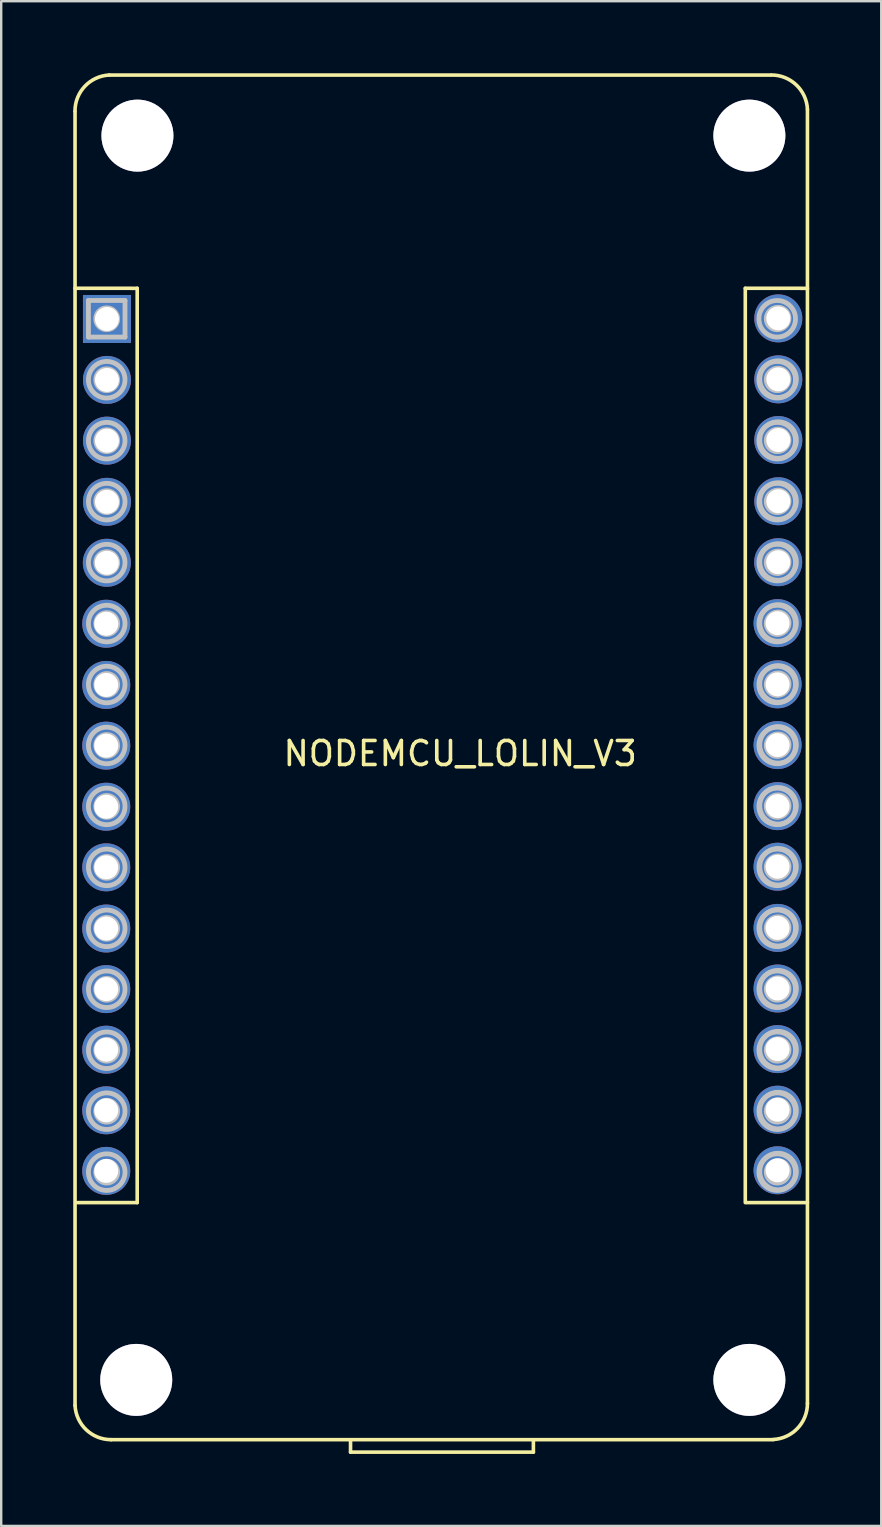
<source format=kicad_pcb>
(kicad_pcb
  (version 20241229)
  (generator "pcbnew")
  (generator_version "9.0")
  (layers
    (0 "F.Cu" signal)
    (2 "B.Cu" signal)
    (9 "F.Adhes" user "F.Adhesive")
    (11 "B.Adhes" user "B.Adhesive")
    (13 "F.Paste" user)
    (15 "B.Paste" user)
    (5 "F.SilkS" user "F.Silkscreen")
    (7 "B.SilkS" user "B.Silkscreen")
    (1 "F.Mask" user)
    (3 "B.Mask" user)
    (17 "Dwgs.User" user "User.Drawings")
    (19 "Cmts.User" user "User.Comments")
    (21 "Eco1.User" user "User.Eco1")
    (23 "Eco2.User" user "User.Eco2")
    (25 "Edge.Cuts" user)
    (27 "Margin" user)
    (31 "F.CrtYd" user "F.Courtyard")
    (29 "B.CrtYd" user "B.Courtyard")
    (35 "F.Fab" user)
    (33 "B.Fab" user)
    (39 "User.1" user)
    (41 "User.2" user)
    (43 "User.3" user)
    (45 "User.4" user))
  (footprint "NODEMCU_LOLIN_V3"
    (layer "F.Cu")
    (at 16.127 27.852)
    (property "Reference" "NODEMCU_LOLIN_V3" (at 0 0.5 0) (layer "F.SilkS") (effects (font (size 1 1) (thickness 0.15))))
    (attr through_hole)
    (fp_line (start -16.05 -26.25) (end -16.05 27.663) (stroke (width 0.15) (type solid)) (layer "F.SilkS"))
    (fp_line (start -16.05 -18.89) (end -13.46 -18.888) (stroke (width 0.15) (type solid)) (layer "F.SilkS"))
    (fp_line (start -13.46 -18.888) (end -13.46 19.212) (stroke (width 0.15) (type solid)) (layer "F.SilkS"))
    (fp_line (start -13.46 19.212) (end -16 19.212) (stroke (width 0.15) (type solid)) (layer "F.SilkS"))
    (fp_line (start -4.57 29.102) (end -4.57 29.61) (stroke (width 0.15) (type solid)) (layer "F.SilkS"))
    (fp_line (start -4.57 29.61) (end 3.05 29.61) (stroke (width 0.15) (type solid)) (layer "F.SilkS"))
    (fp_line (start 3.05 29.61) (end 3.05 29.102) (stroke (width 0.15) (type solid)) (layer "F.SilkS"))
    (fp_line (start 11.88 -18.89) (end 14.47 -18.888) (stroke (width 0.15) (type solid)) (layer "F.SilkS"))
    (fp_line (start 11.88 -18.888) (end 11.88 19.212) (stroke (width 0.15) (type solid)) (layer "F.SilkS"))
    (fp_line (start 12.94 -27.775) (end -14.625 -27.775) (stroke (width 0.15) (type solid)) (layer "F.SilkS"))
    (fp_line (start 13.04 29.09) (end -14.55 29.09) (stroke (width 0.15) (type solid)) (layer "F.SilkS"))
    (fp_line (start 14.47 -26.33) (end 14.47 27.583) (stroke (width 0.15) (type solid)) (layer "F.SilkS"))
    (fp_line (start 14.47 19.212) (end 11.93 19.212) (stroke (width 0.15) (type solid)) (layer "F.SilkS"))
    (fp_arc (start -16.051874 -26.275001) (mid -15.638178 -27.31013) (end -14.625 -27.775) (stroke (width 0.15) (type solid)) (layer "F.SilkS"))
    (fp_arc (start -14.55 29.09) (mid -15.585129 28.676304) (end -16.049999 27.663126) (stroke (width 0.15) (type solid)) (layer "F.SilkS"))
    (fp_arc (start 12.970001 -27.776874) (mid 14.00513 -27.363178) (end 14.47 -26.35) (stroke (width 0.15) (type solid)) (layer "F.SilkS"))
    (fp_arc (start 14.470001 27.583126) (mid 14.056305 28.618255) (end 13.043127 29.083125) (stroke (width 0.15) (type solid)) (layer "F.SilkS"))
    (fp_line (start -15.492 -18.38) (end -13.968 -18.38) (stroke (width 0.2) (type solid)) (layer "Dwgs.User"))
    (fp_line (start -15.492 -16.856) (end -15.492 -18.38) (stroke (width 0.2) (type solid)) (layer "Dwgs.User"))
    (fp_line (start -13.968 -18.38) (end -13.968 -16.856) (stroke (width 0.2) (type solid)) (layer "Dwgs.User"))
    (fp_line (start -13.968 -16.856) (end -15.492 -16.856) (stroke (width 0.2) (type solid)) (layer "Dwgs.User"))
    (fp_circle (center -14.73 -17.618) (end -14.273 -17.618) (stroke (width 0.2) (type solid)) (fill no) (layer "Dwgs.User"))
    (fp_circle (center -14.73 -15.078) (end -14.273 -15.078) (stroke (width 0.2) (type solid)) (fill no) (layer "Dwgs.User"))
    (fp_circle (center -14.73 -15.078) (end -13.968 -15.078) (stroke (width 0.2) (type solid)) (fill no) (layer "Dwgs.User"))
    (fp_circle (center -14.73 -12.538) (end -14.273 -12.538) (stroke (width 0.2) (type solid)) (fill no) (layer "Dwgs.User"))
    (fp_circle (center -14.73 -12.538) (end -13.968 -12.538) (stroke (width 0.2) (type solid)) (fill no) (layer "Dwgs.User"))
    (fp_circle (center -14.73 -9.998) (end -14.273 -9.998) (stroke (width 0.2) (type solid)) (fill no) (layer "Dwgs.User"))
    (fp_circle (center -14.73 -9.998) (end -13.968 -9.998) (stroke (width 0.2) (type solid)) (fill no) (layer "Dwgs.User"))
    (fp_circle (center -14.73 -7.458) (end -14.273 -7.458) (stroke (width 0.2) (type solid)) (fill no) (layer "Dwgs.User"))
    (fp_circle (center -14.73 -7.458) (end -13.968 -7.458) (stroke (width 0.2) (type solid)) (fill no) (layer "Dwgs.User"))
    (fp_circle (center -14.73 -4.918) (end -14.273 -4.918) (stroke (width 0.2) (type solid)) (fill no) (layer "Dwgs.User"))
    (fp_circle (center -14.73 -4.918) (end -13.968 -4.918) (stroke (width 0.2) (type solid)) (fill no) (layer "Dwgs.User"))
    (fp_circle (center -14.73 -2.378) (end -14.273 -2.378) (stroke (width 0.2) (type solid)) (fill no) (layer "Dwgs.User"))
    (fp_circle (center -14.73 -2.378) (end -13.968 -2.378) (stroke (width 0.2) (type solid)) (fill no) (layer "Dwgs.User"))
    (fp_circle (center -14.73 0.162) (end -14.273 0.162) (stroke (width 0.2) (type solid)) (fill no) (layer "Dwgs.User"))
    (fp_circle (center -14.73 0.162) (end -13.968 0.162) (stroke (width 0.2) (type solid)) (fill no) (layer "Dwgs.User"))
    (fp_circle (center -14.73 2.702) (end -14.273 2.702) (stroke (width 0.2) (type solid)) (fill no) (layer "Dwgs.User"))
    (fp_circle (center -14.73 2.702) (end -13.968 2.702) (stroke (width 0.2) (type solid)) (fill no) (layer "Dwgs.User"))
    (fp_circle (center -14.73 5.242) (end -14.273 5.242) (stroke (width 0.2) (type solid)) (fill no) (layer "Dwgs.User"))
    (fp_circle (center -14.73 5.242) (end -13.968 5.242) (stroke (width 0.2) (type solid)) (fill no) (layer "Dwgs.User"))
    (fp_circle (center -14.73 7.782) (end -14.273 7.782) (stroke (width 0.2) (type solid)) (fill no) (layer "Dwgs.User"))
    (fp_circle (center -14.73 7.782) (end -13.968 7.782) (stroke (width 0.2) (type solid)) (fill no) (layer "Dwgs.User"))
    (fp_circle (center -14.73 10.322) (end -14.273 10.322) (stroke (width 0.2) (type solid)) (fill no) (layer "Dwgs.User"))
    (fp_circle (center -14.73 10.322) (end -13.968 10.322) (stroke (width 0.2) (type solid)) (fill no) (layer "Dwgs.User"))
    (fp_circle (center -14.73 12.862) (end -14.273 12.862) (stroke (width 0.2) (type solid)) (fill no) (layer "Dwgs.User"))
    (fp_circle (center -14.73 12.862) (end -13.968 12.862) (stroke (width 0.2) (type solid)) (fill no) (layer "Dwgs.User"))
    (fp_circle (center -14.73 15.402) (end -14.273 15.402) (stroke (width 0.2) (type solid)) (fill no) (layer "Dwgs.User"))
    (fp_circle (center -14.73 15.402) (end -13.968 15.402) (stroke (width 0.2) (type solid)) (fill no) (layer "Dwgs.User"))
    (fp_circle (center -14.73 17.942) (end -14.273 17.942) (stroke (width 0.2) (type solid)) (fill no) (layer "Dwgs.User"))
    (fp_circle (center -14.73 17.942) (end -13.968 17.942) (stroke (width 0.2) (type solid)) (fill no) (layer "Dwgs.User"))
    (fp_circle (center -13.46 -25.238) (end -12.19 -25.238) (stroke (width 0.2) (type solid)) (fill no) (layer "Dwgs.User"))
    (fp_circle (center -13.46 26.562) (end -12.19 26.562) (stroke (width 0.2) (type solid)) (fill no) (layer "Dwgs.User"))
    (fp_circle (center 11.94 -25.238) (end 13.21 -25.238) (stroke (width 0.2) (type solid)) (fill no) (layer "Dwgs.User"))
    (fp_circle (center 11.94 26.562) (end 13.21 26.562) (stroke (width 0.2) (type solid)) (fill no) (layer "Dwgs.User"))
    (fp_circle (center 13.21 -17.618) (end 13.667 -17.618) (stroke (width 0.2) (type solid)) (fill no) (layer "Dwgs.User"))
    (fp_circle (center 13.21 -17.618) (end 13.972 -17.618) (stroke (width 0.2) (type solid)) (fill no) (layer "Dwgs.User"))
    (fp_circle (center 13.21 -15.078) (end 13.667 -15.078) (stroke (width 0.2) (type solid)) (fill no) (layer "Dwgs.User"))
    (fp_circle (center 13.21 -15.078) (end 13.972 -15.078) (stroke (width 0.2) (type solid)) (fill no) (layer "Dwgs.User"))
    (fp_circle (center 13.21 -12.538) (end 13.667 -12.538) (stroke (width 0.2) (type solid)) (fill no) (layer "Dwgs.User"))
    (fp_circle (center 13.21 -12.538) (end 13.972 -12.538) (stroke (width 0.2) (type solid)) (fill no) (layer "Dwgs.User"))
    (fp_circle (center 13.21 -9.998) (end 13.667 -9.998) (stroke (width 0.2) (type solid)) (fill no) (layer "Dwgs.User"))
    (fp_circle (center 13.21 -9.998) (end 13.972 -9.998) (stroke (width 0.2) (type solid)) (fill no) (layer "Dwgs.User"))
    (fp_circle (center 13.21 -7.458) (end 13.667 -7.458) (stroke (width 0.2) (type solid)) (fill no) (layer "Dwgs.User"))
    (fp_circle (center 13.21 -7.458) (end 13.972 -7.458) (stroke (width 0.2) (type solid)) (fill no) (layer "Dwgs.User"))
    (fp_circle (center 13.21 -4.918) (end 13.667 -4.918) (stroke (width 0.2) (type solid)) (fill no) (layer "Dwgs.User"))
    (fp_circle (center 13.21 -4.918) (end 13.972 -4.918) (stroke (width 0.2) (type solid)) (fill no) (layer "Dwgs.User"))
    (fp_circle (center 13.21 -2.378) (end 13.667 -2.378) (stroke (width 0.2) (type solid)) (fill no) (layer "Dwgs.User"))
    (fp_circle (center 13.21 -2.378) (end 13.972 -2.378) (stroke (width 0.2) (type solid)) (fill no) (layer "Dwgs.User"))
    (fp_circle (center 13.21 0.162) (end 13.667 0.162) (stroke (width 0.2) (type solid)) (fill no) (layer "Dwgs.User"))
    (fp_circle (center 13.21 0.162) (end 13.972 0.162) (stroke (width 0.2) (type solid)) (fill no) (layer "Dwgs.User"))
    (fp_circle (center 13.21 2.702) (end 13.667 2.702) (stroke (width 0.2) (type solid)) (fill no) (layer "Dwgs.User"))
    (fp_circle (center 13.21 2.702) (end 13.972 2.702) (stroke (width 0.2) (type solid)) (fill no) (layer "Dwgs.User"))
    (fp_circle (center 13.21 5.242) (end 13.667 5.242) (stroke (width 0.2) (type solid)) (fill no) (layer "Dwgs.User"))
    (fp_circle (center 13.21 5.242) (end 13.972 5.242) (stroke (width 0.2) (type solid)) (fill no) (layer "Dwgs.User"))
    (fp_circle (center 13.21 7.782) (end 13.667 7.782) (stroke (width 0.2) (type solid)) (fill no) (layer "Dwgs.User"))
    (fp_circle (center 13.21 7.782) (end 13.972 7.782) (stroke (width 0.2) (type solid)) (fill no) (layer "Dwgs.User"))
    (fp_circle (center 13.21 10.322) (end 13.667 10.322) (stroke (width 0.2) (type solid)) (fill no) (layer "Dwgs.User"))
    (fp_circle (center 13.21 10.322) (end 13.972 10.322) (stroke (width 0.2) (type solid)) (fill no) (layer "Dwgs.User"))
    (fp_circle (center 13.21 12.862) (end 13.667 12.862) (stroke (width 0.2) (type solid)) (fill no) (layer "Dwgs.User"))
    (fp_circle (center 13.21 12.862) (end 13.972 12.862) (stroke (width 0.2) (type solid)) (fill no) (layer "Dwgs.User"))
    (fp_circle (center 13.21 15.402) (end 13.667 15.402) (stroke (width 0.2) (type solid)) (fill no) (layer "Dwgs.User"))
    (fp_circle (center 13.21 15.402) (end 13.972 15.402) (stroke (width 0.2) (type solid)) (fill no) (layer "Dwgs.User"))
    (fp_circle (center 13.21 17.942) (end 13.667 17.942) (stroke (width 0.2) (type solid)) (fill no) (layer "Dwgs.User"))
    (fp_circle (center 13.21 17.942) (end 13.972 17.942) (stroke (width 0.2) (type solid)) (fill no) (layer "Dwgs.User"))
    (fp_circle (center 13.245 -17.643) (end 13.702 -17.643) (stroke (width 0.2) (type solid)) (fill no) (layer "Dwgs.User"))
    (fp_circle (center 13.245 -15.103) (end 13.702 -15.103) (stroke (width 0.2) (type solid)) (fill no) (layer "Dwgs.User"))
    (fp_circle (center 13.245 -15.103) (end 14.007 -15.103) (stroke (width 0.2) (type solid)) (fill no) (layer "Dwgs.User"))
    (fp_circle (center 13.245 -12.563) (end 13.702 -12.563) (stroke (width 0.2) (type solid)) (fill no) (layer "Dwgs.User"))
    (fp_circle (center 13.245 -12.563) (end 14.007 -12.563) (stroke (width 0.2) (type solid)) (fill no) (layer "Dwgs.User"))
    (fp_circle (center 13.245 -10.023) (end 13.702 -10.023) (stroke (width 0.2) (type solid)) (fill no) (layer "Dwgs.User"))
    (fp_circle (center 13.245 -10.023) (end 14.007 -10.023) (stroke (width 0.2) (type solid)) (fill no) (layer "Dwgs.User"))
    (fp_circle (center 13.245 -7.483) (end 13.702 -7.483) (stroke (width 0.2) (type solid)) (fill no) (layer "Dwgs.User"))
    (fp_circle (center 13.245 -7.483) (end 14.007 -7.483) (stroke (width 0.2) (type solid)) (fill no) (layer "Dwgs.User"))
    (fp_circle (center 13.245 -4.943) (end 13.702 -4.943) (stroke (width 0.2) (type solid)) (fill no) (layer "Dwgs.User"))
    (fp_circle (center 13.245 -4.943) (end 14.007 -4.943) (stroke (width 0.2) (type solid)) (fill no) (layer "Dwgs.User"))
    (fp_circle (center 13.245 -2.403) (end 13.702 -2.403) (stroke (width 0.2) (type solid)) (fill no) (layer "Dwgs.User"))
    (fp_circle (center 13.245 -2.403) (end 14.007 -2.403) (stroke (width 0.2) (type solid)) (fill no) (layer "Dwgs.User"))
    (fp_circle (center 13.245 0.137) (end 13.702 0.137) (stroke (width 0.2) (type solid)) (fill no) (layer "Dwgs.User"))
    (fp_circle (center 13.245 0.137) (end 14.007 0.137) (stroke (width 0.2) (type solid)) (fill no) (layer "Dwgs.User"))
    (fp_circle (center 13.245 2.677) (end 13.702 2.677) (stroke (width 0.2) (type solid)) (fill no) (layer "Dwgs.User"))
    (fp_circle (center 13.245 2.677) (end 14.007 2.677) (stroke (width 0.2) (type solid)) (fill no) (layer "Dwgs.User"))
    (fp_circle (center 13.245 5.217) (end 13.702 5.217) (stroke (width 0.2) (type solid)) (fill no) (layer "Dwgs.User"))
    (fp_circle (center 13.245 5.217) (end 14.007 5.217) (stroke (width 0.2) (type solid)) (fill no) (layer "Dwgs.User"))
    (fp_circle (center 13.245 7.757) (end 13.702 7.757) (stroke (width 0.2) (type solid)) (fill no) (layer "Dwgs.User"))
    (fp_circle (center 13.245 7.757) (end 14.007 7.757) (stroke (width 0.2) (type solid)) (fill no) (layer "Dwgs.User"))
    (fp_circle (center 13.245 10.297) (end 13.702 10.297) (stroke (width 0.2) (type solid)) (fill no) (layer "Dwgs.User"))
    (fp_circle (center 13.245 10.297) (end 14.007 10.297) (stroke (width 0.2) (type solid)) (fill no) (layer "Dwgs.User"))
    (fp_circle (center 13.245 12.837) (end 13.702 12.837) (stroke (width 0.2) (type solid)) (fill no) (layer "Dwgs.User"))
    (fp_circle (center 13.245 12.837) (end 14.007 12.837) (stroke (width 0.2) (type solid)) (fill no) (layer "Dwgs.User"))
    (fp_circle (center 13.245 15.377) (end 13.702 15.377) (stroke (width 0.2) (type solid)) (fill no) (layer "Dwgs.User"))
    (fp_circle (center 13.245 15.377) (end 14.007 15.377) (stroke (width 0.2) (type solid)) (fill no) (layer "Dwgs.User"))
    (fp_circle (center 13.245 17.917) (end 13.702 17.917) (stroke (width 0.2) (type solid)) (fill no) (layer "Dwgs.User"))
    (fp_circle (center 13.245 17.917) (end 14.007 17.917) (stroke (width 0.2) (type solid)) (fill no) (layer "Dwgs.User"))
    (pad "" thru_hole circle (at -13.5 26.6) (size 3 3) (drill 3) (layers "*.Cu" "*.Mask"))
    (pad "" thru_hole circle (at -13.45 -25.25) (size 3 3) (drill 3) (layers "*.Cu" "*.Mask"))
    (pad "" thru_hole circle (at 12.05 -25.25) (size 3 3) (drill 3) (layers "*.Cu" "*.Mask"))
    (pad "" thru_hole circle (at 12.05 26.6) (size 3 3) (drill 3) (layers "*.Cu" "*.Mask"))
    (pad "1" thru_hole rect (at -14.72 -17.61) (size 2 2) (drill 1) (layers "*.Cu" "*.Mask"))
    (pad "2" thru_hole circle (at -14.72 -15.07) (size 2 2) (drill 1) (layers "*.Cu" "*.Mask"))
    (pad "3" thru_hole circle (at -14.72 -12.54) (size 2 2) (drill 1) (layers "*.Cu" "*.Mask"))
    (pad "4" thru_hole circle (at -14.72 -9.99) (size 2 2) (drill 1) (layers "*.Cu" "*.Mask"))
    (pad "5" thru_hole circle (at -14.725 -7.45) (size 2 2) (drill 1) (layers "*.Cu" "*.Mask"))
    (pad "6" thru_hole circle (at -14.75 -4.91) (size 2 2) (drill 1) (layers "*.Cu" "*.Mask"))
    (pad "7" thru_hole circle (at -14.75 -2.36) (size 2 2) (drill 1) (layers "*.Cu" "*.Mask"))
    (pad "8" thru_hole circle (at -14.75 0.17) (size 2 2) (drill 1) (layers "*.Cu" "*.Mask"))
    (pad "9" thru_hole circle (at -14.75 2.715) (size 2 2) (drill 1) (layers "*.Cu" "*.Mask"))
    (pad "10" thru_hole circle (at -14.75 5.24) (size 2 2) (drill 1) (layers "*.Cu" "*.Mask"))
    (pad "11" thru_hole circle (at -14.75 7.79) (size 2 2) (drill 1) (layers "*.Cu" "*.Mask"))
    (pad "12" thru_hole circle (at -14.75 10.315) (size 2 2) (drill 1) (layers "*.Cu" "*.Mask"))
    (pad "13" thru_hole circle (at -14.75 12.84) (size 2 2) (drill 1) (layers "*.Cu" "*.Mask"))
    (pad "14" thru_hole circle (at -14.75 15.365) (size 2 2) (drill 1) (layers "*.Cu" "*.Mask"))
    (pad "15" thru_hole circle (at -14.75 17.89) (size 2 2) (drill 1) (layers "*.Cu" "*.Mask"))
    (pad "16" thru_hole circle (at 13.225 17.865) (size 2 2) (drill 1) (layers "*.Cu" "*.Mask"))
    (pad "17" thru_hole circle (at 13.225 15.34) (size 2 2) (drill 1) (layers "*.Cu" "*.Mask"))
    (pad "18" thru_hole circle (at 13.225 12.815) (size 2 2) (drill 1) (layers "*.Cu" "*.Mask"))
    (pad "19" thru_hole circle (at 13.225 10.29) (size 2 2) (drill 1) (layers "*.Cu" "*.Mask"))
    (pad "20" thru_hole circle (at 13.225 7.765) (size 2 2) (drill 1) (layers "*.Cu" "*.Mask"))
    (pad "21" thru_hole circle (at 13.225 5.215) (size 2 2) (drill 1) (layers "*.Cu" "*.Mask"))
    (pad "22" thru_hole circle (at 13.225 2.69) (size 2 2) (drill 1) (layers "*.Cu" "*.Mask"))
    (pad "23" thru_hole circle (at 13.225 0.145) (size 2 2) (drill 1) (layers "*.Cu" "*.Mask"))
    (pad "24" thru_hole circle (at 13.225 -2.385) (size 2 2) (drill 1) (layers "*.Cu" "*.Mask"))
    (pad "25" thru_hole circle (at 13.225 -4.935) (size 2 2) (drill 1) (layers "*.Cu" "*.Mask"))
    (pad "26" thru_hole circle (at 13.25 -7.475) (size 2 2) (drill 1) (layers "*.Cu" "*.Mask"))
    (pad "27" thru_hole circle (at 13.255 -10.015) (size 2 2) (drill 1) (layers "*.Cu" "*.Mask"))
    (pad "28" thru_hole circle (at 13.255 -12.565) (size 2 2) (drill 1) (layers "*.Cu" "*.Mask"))
    (pad "29" thru_hole circle (at 13.255 -15.095) (size 2 2) (drill 1) (layers "*.Cu" "*.Mask"))
    (pad "30" thru_hole circle (at 13.255 -17.635) (size 2 2) (drill 1) (layers "*.Cu" "*.Mask")))
  (gr_rect
    (start -3 -3)
    (end 33.672 60.537)
    (stroke (width 0.1) (type default))
    (fill no)
    (layer "Edge.Cuts")))
</source>
